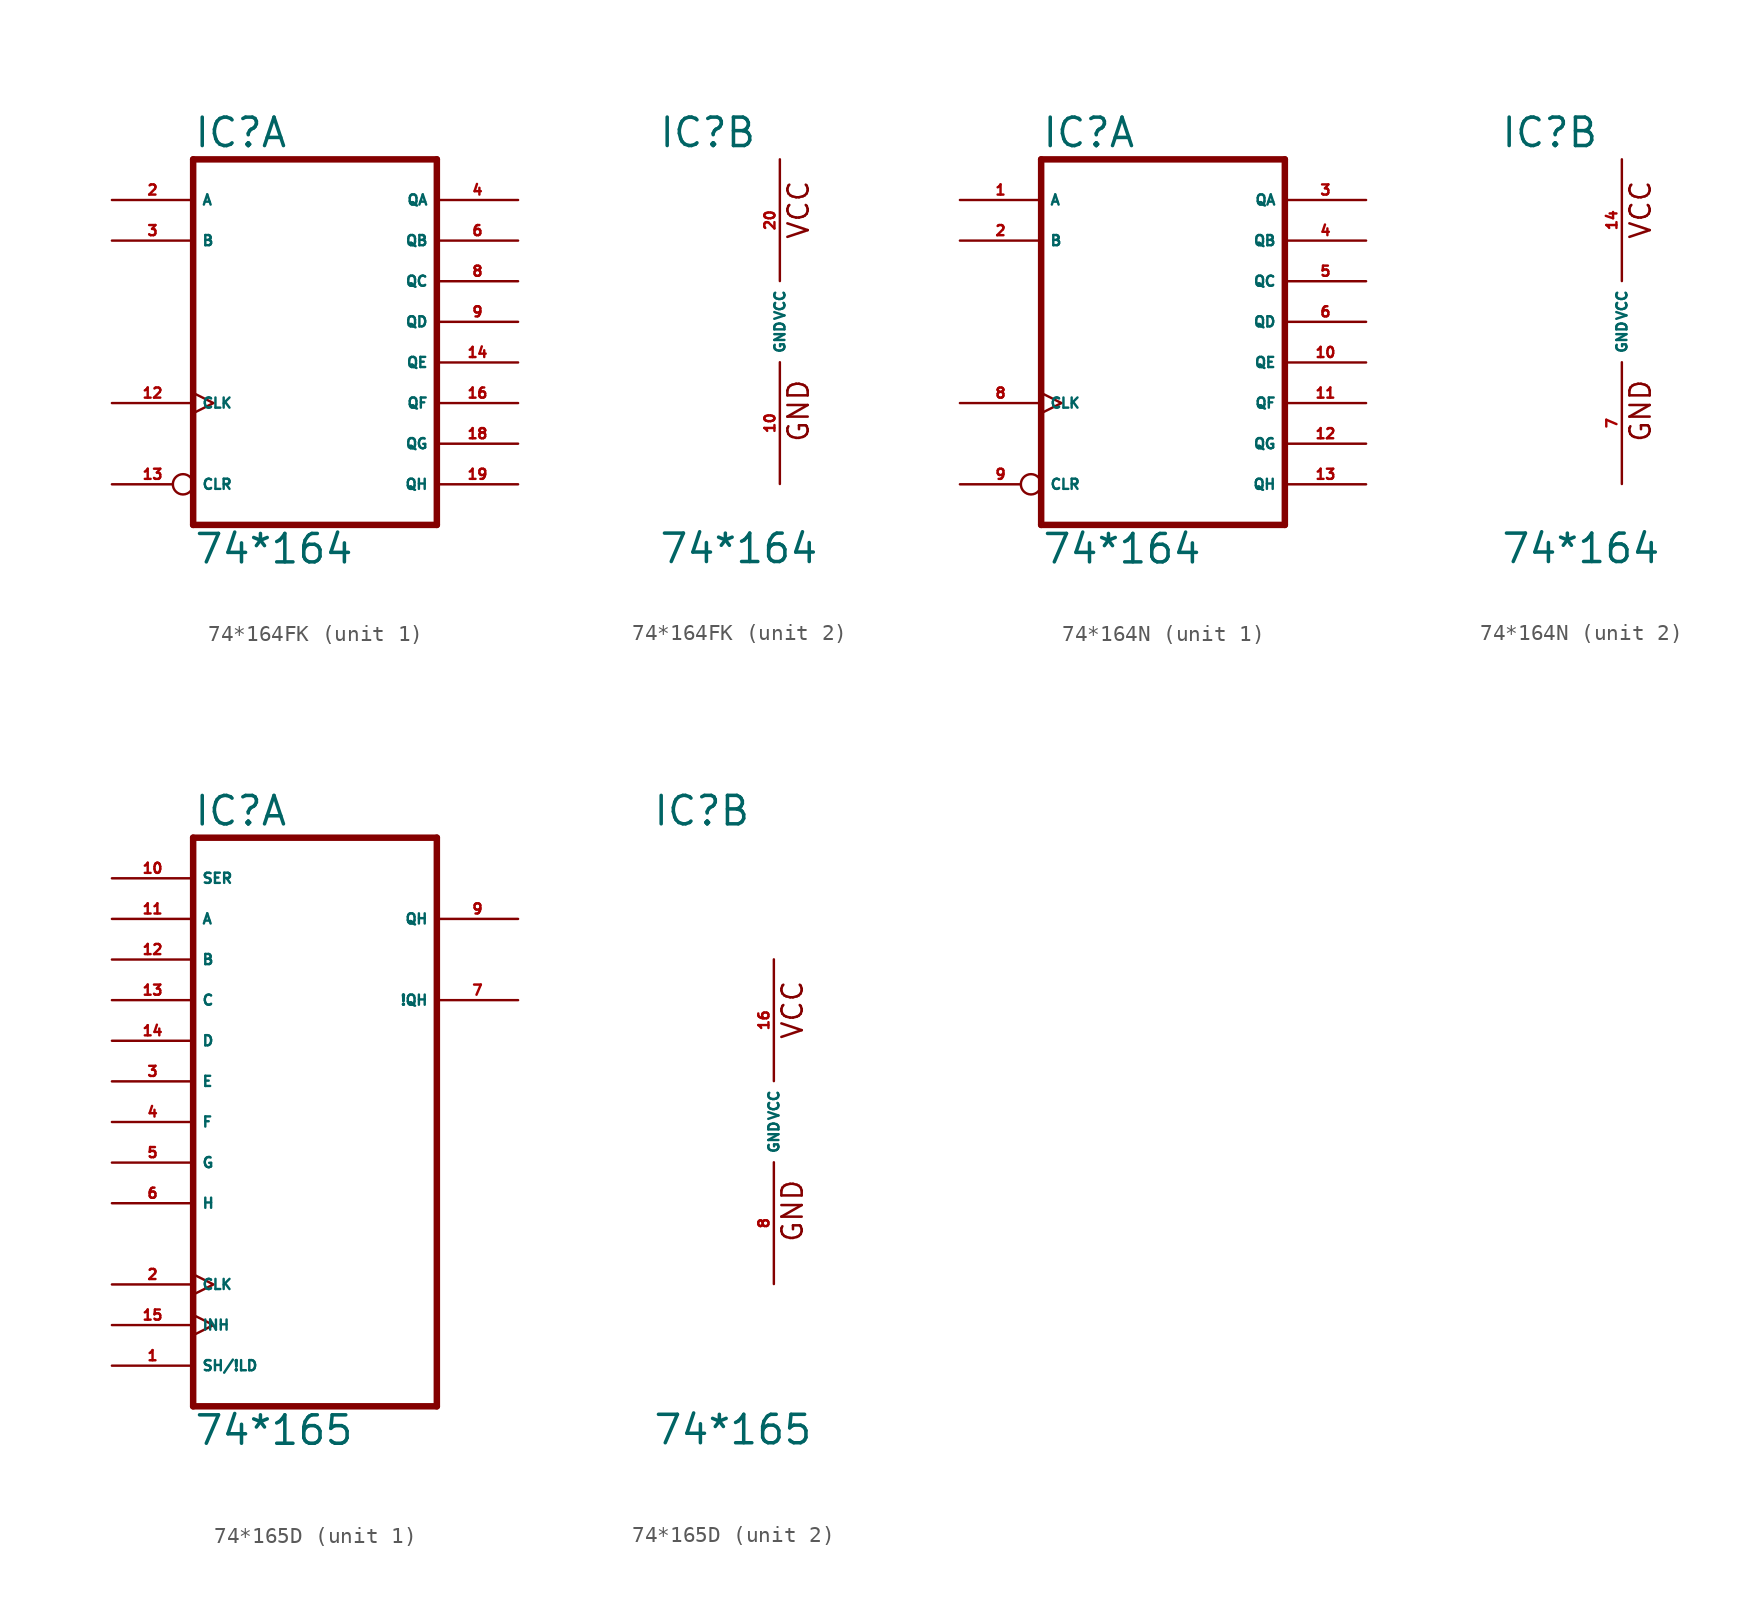
<source format=kicad_sym>
(kicad_symbol_lib
  (version 20220914)
  (generator Eagle2Kicad)
  (symbol "74*164FK"
    (property "Reference" "IC"
      (at -7.62 10.795 0)
      (effects (font (size 1.778 1.778) (thickness 0.22)) (justify left bottom)))
    (property "Value" "74*164"
      (at -7.62 -15.24 0)
      (effects (font (size 1.778 1.778) (thickness 0.22)) (justify left bottom)))
    (symbol "74*164FK_1_0"
      (polyline (pts (xy -7.62 -12.7) (xy 7.62 -12.7)) (stroke (width 0.406) (type default)) (fill (type none)))
      (polyline (pts (xy 7.62 -12.7) (xy 7.62 10.16)) (stroke (width 0.406) (type default)) (fill (type none)))
      (polyline (pts (xy 7.62 10.16) (xy -7.62 10.16)) (stroke (width 0.406) (type default)) (fill (type none)))
      (polyline (pts (xy -7.62 10.16) (xy -7.62 -12.7)) (stroke (width 0.406) (type default)) (fill (type none)))
      (pin input line (at -12.7 7.62 0) (length 5.08) (name "A" (effects (font (size 0.635 0.635) (thickness 0.08)) (justify left bottom))) (number "2" (effects (font (size 0.635 0.635) (thickness 0.08)) (justify left bottom))))
      (pin input line (at -12.7 5.08 0) (length 5.08) (name "B" (effects (font (size 0.635 0.635) (thickness 0.08)) (justify left bottom))) (number "3" (effects (font (size 0.635 0.635) (thickness 0.08)) (justify left bottom))))
      (pin output line (at 12.7 7.62 180) (length 5.08) (name "QA" (effects (font (size 0.635 0.635) (thickness 0.08)) (justify left bottom))) (number "4" (effects (font (size 0.635 0.635) (thickness 0.08)) (justify left bottom))))
      (pin output line (at 12.7 5.08 180) (length 5.08) (name "QB" (effects (font (size 0.635 0.635) (thickness 0.08)) (justify left bottom))) (number "6" (effects (font (size 0.635 0.635) (thickness 0.08)) (justify left bottom))))
      (pin output line (at 12.7 2.54 180) (length 5.08) (name "QC" (effects (font (size 0.635 0.635) (thickness 0.08)) (justify left bottom))) (number "8" (effects (font (size 0.635 0.635) (thickness 0.08)) (justify left bottom))))
      (pin output line (at 12.7 0 180) (length 5.08) (name "QD" (effects (font (size 0.635 0.635) (thickness 0.08)) (justify left bottom))) (number "9" (effects (font (size 0.635 0.635) (thickness 0.08)) (justify left bottom))))
      (pin input clock (at -12.7 -5.08 0) (length 5.08) (name "CLK" (effects (font (size 0.635 0.635) (thickness 0.08)) (justify left bottom))) (number "12" (effects (font (size 0.635 0.635) (thickness 0.08)) (justify left bottom))))
      (pin input inverted (at -12.7 -10.16 0) (length 5.08) (name "CLR" (effects (font (size 0.635 0.635) (thickness 0.08)) (justify left bottom))) (number "13" (effects (font (size 0.635 0.635) (thickness 0.08)) (justify left bottom))))
      (pin output line (at 12.7 -2.54 180) (length 5.08) (name "QE" (effects (font (size 0.635 0.635) (thickness 0.08)) (justify left bottom))) (number "14" (effects (font (size 0.635 0.635) (thickness 0.08)) (justify left bottom))))
      (pin output line (at 12.7 -5.08 180) (length 5.08) (name "QF" (effects (font (size 0.635 0.635) (thickness 0.08)) (justify left bottom))) (number "16" (effects (font (size 0.635 0.635) (thickness 0.08)) (justify left bottom))))
      (pin output line (at 12.7 -7.62 180) (length 5.08) (name "QG" (effects (font (size 0.635 0.635) (thickness 0.08)) (justify left bottom))) (number "18" (effects (font (size 0.635 0.635) (thickness 0.08)) (justify left bottom))))
      (pin output line (at 12.7 -10.16 180) (length 5.08) (name "QH" (effects (font (size 0.635 0.635) (thickness 0.08)) (justify left bottom))) (number "19" (effects (font (size 0.635 0.635) (thickness 0.08)) (justify left bottom)))))
    (symbol "74*164FK_2_0"
      (text "GND" (at 1.905 -7.62 900) (effects (font (size 1.27 1.27) (thickness 0.16)) (justify left bottom)))
      (text "VCC" (at 1.905 5.08 900) (effects (font (size 1.27 1.27) (thickness 0.16)) (justify left bottom)))
      (pin unspecified line (at 0 -10.16 90) (length 7.62) (name "GND" (effects (font (size 0.635 0.635) (thickness 0.08)) (justify left bottom))) (number "10" (effects (font (size 0.635 0.635) (thickness 0.08)) (justify left bottom))))
      (pin unspecified line (at 0 10.16 270) (length 7.62) (name "VCC" (effects (font (size 0.635 0.635) (thickness 0.08)) (justify left bottom))) (number "20" (effects (font (size 0.635 0.635) (thickness 0.08)) (justify left bottom))))))
  (symbol "74*164N"
    (property "Reference" "IC"
      (at -7.62 10.795 0)
      (effects (font (size 1.778 1.778) (thickness 0.22)) (justify left bottom)))
    (property "Value" "74*164"
      (at -7.62 -15.24 0)
      (effects (font (size 1.778 1.778) (thickness 0.22)) (justify left bottom)))
    (symbol "74*164N_1_0"
      (polyline (pts (xy -7.62 -12.7) (xy 7.62 -12.7)) (stroke (width 0.406) (type default)) (fill (type none)))
      (polyline (pts (xy 7.62 -12.7) (xy 7.62 10.16)) (stroke (width 0.406) (type default)) (fill (type none)))
      (polyline (pts (xy 7.62 10.16) (xy -7.62 10.16)) (stroke (width 0.406) (type default)) (fill (type none)))
      (polyline (pts (xy -7.62 10.16) (xy -7.62 -12.7)) (stroke (width 0.406) (type default)) (fill (type none)))
      (pin input line (at -12.7 7.62 0) (length 5.08) (name "A" (effects (font (size 0.635 0.635) (thickness 0.08)) (justify left bottom))) (number "1" (effects (font (size 0.635 0.635) (thickness 0.08)) (justify left bottom))))
      (pin input line (at -12.7 5.08 0) (length 5.08) (name "B" (effects (font (size 0.635 0.635) (thickness 0.08)) (justify left bottom))) (number "2" (effects (font (size 0.635 0.635) (thickness 0.08)) (justify left bottom))))
      (pin output line (at 12.7 7.62 180) (length 5.08) (name "QA" (effects (font (size 0.635 0.635) (thickness 0.08)) (justify left bottom))) (number "3" (effects (font (size 0.635 0.635) (thickness 0.08)) (justify left bottom))))
      (pin output line (at 12.7 5.08 180) (length 5.08) (name "QB" (effects (font (size 0.635 0.635) (thickness 0.08)) (justify left bottom))) (number "4" (effects (font (size 0.635 0.635) (thickness 0.08)) (justify left bottom))))
      (pin output line (at 12.7 2.54 180) (length 5.08) (name "QC" (effects (font (size 0.635 0.635) (thickness 0.08)) (justify left bottom))) (number "5" (effects (font (size 0.635 0.635) (thickness 0.08)) (justify left bottom))))
      (pin output line (at 12.7 0 180) (length 5.08) (name "QD" (effects (font (size 0.635 0.635) (thickness 0.08)) (justify left bottom))) (number "6" (effects (font (size 0.635 0.635) (thickness 0.08)) (justify left bottom))))
      (pin input clock (at -12.7 -5.08 0) (length 5.08) (name "CLK" (effects (font (size 0.635 0.635) (thickness 0.08)) (justify left bottom))) (number "8" (effects (font (size 0.635 0.635) (thickness 0.08)) (justify left bottom))))
      (pin input inverted (at -12.7 -10.16 0) (length 5.08) (name "CLR" (effects (font (size 0.635 0.635) (thickness 0.08)) (justify left bottom))) (number "9" (effects (font (size 0.635 0.635) (thickness 0.08)) (justify left bottom))))
      (pin output line (at 12.7 -2.54 180) (length 5.08) (name "QE" (effects (font (size 0.635 0.635) (thickness 0.08)) (justify left bottom))) (number "10" (effects (font (size 0.635 0.635) (thickness 0.08)) (justify left bottom))))
      (pin output line (at 12.7 -5.08 180) (length 5.08) (name "QF" (effects (font (size 0.635 0.635) (thickness 0.08)) (justify left bottom))) (number "11" (effects (font (size 0.635 0.635) (thickness 0.08)) (justify left bottom))))
      (pin output line (at 12.7 -7.62 180) (length 5.08) (name "QG" (effects (font (size 0.635 0.635) (thickness 0.08)) (justify left bottom))) (number "12" (effects (font (size 0.635 0.635) (thickness 0.08)) (justify left bottom))))
      (pin output line (at 12.7 -10.16 180) (length 5.08) (name "QH" (effects (font (size 0.635 0.635) (thickness 0.08)) (justify left bottom))) (number "13" (effects (font (size 0.635 0.635) (thickness 0.08)) (justify left bottom)))))
    (symbol "74*164N_2_0"
      (text "GND" (at 1.905 -7.62 900) (effects (font (size 1.27 1.27) (thickness 0.16)) (justify left bottom)))
      (text "VCC" (at 1.905 5.08 900) (effects (font (size 1.27 1.27) (thickness 0.16)) (justify left bottom)))
      (pin unspecified line (at 0 -10.16 90) (length 7.62) (name "GND" (effects (font (size 0.635 0.635) (thickness 0.08)) (justify left bottom))) (number "7" (effects (font (size 0.635 0.635) (thickness 0.08)) (justify left bottom))))
      (pin unspecified line (at 0 10.16 270) (length 7.62) (name "VCC" (effects (font (size 0.635 0.635) (thickness 0.08)) (justify left bottom))) (number "14" (effects (font (size 0.635 0.635) (thickness 0.08)) (justify left bottom))))))
  (symbol "74*165D"
    (property "Reference" "IC"
      (at -7.62 18.415 0)
      (effects (font (size 1.778 1.778) (thickness 0.22)) (justify left bottom)))
    (property "Value" "74*165"
      (at -7.62 -20.32 0)
      (effects (font (size 1.778 1.778) (thickness 0.22)) (justify left bottom)))
    (symbol "74*165D_1_0"
      (polyline (pts (xy -7.62 -17.78) (xy 7.62 -17.78)) (stroke (width 0.406) (type default)) (fill (type none)))
      (polyline (pts (xy 7.62 -17.78) (xy 7.62 17.78)) (stroke (width 0.406) (type default)) (fill (type none)))
      (polyline (pts (xy 7.62 17.78) (xy -7.62 17.78)) (stroke (width 0.406) (type default)) (fill (type none)))
      (polyline (pts (xy -7.62 17.78) (xy -7.62 -17.78)) (stroke (width 0.406) (type default)) (fill (type none)))
      (pin input line (at -12.7 -15.24 0) (length 5.08) (name "SH/!LD" (effects (font (size 0.635 0.635) (thickness 0.08)) (justify left bottom))) (number "1" (effects (font (size 0.635 0.635) (thickness 0.08)) (justify left bottom))))
      (pin input clock (at -12.7 -10.16 0) (length 5.08) (name "CLK" (effects (font (size 0.635 0.635) (thickness 0.08)) (justify left bottom))) (number "2" (effects (font (size 0.635 0.635) (thickness 0.08)) (justify left bottom))))
      (pin input line (at -12.7 2.54 0) (length 5.08) (name "E" (effects (font (size 0.635 0.635) (thickness 0.08)) (justify left bottom))) (number "3" (effects (font (size 0.635 0.635) (thickness 0.08)) (justify left bottom))))
      (pin input line (at -12.7 0 0) (length 5.08) (name "F" (effects (font (size 0.635 0.635) (thickness 0.08)) (justify left bottom))) (number "4" (effects (font (size 0.635 0.635) (thickness 0.08)) (justify left bottom))))
      (pin input line (at -12.7 -2.54 0) (length 5.08) (name "G" (effects (font (size 0.635 0.635) (thickness 0.08)) (justify left bottom))) (number "5" (effects (font (size 0.635 0.635) (thickness 0.08)) (justify left bottom))))
      (pin input line (at -12.7 -5.08 0) (length 5.08) (name "H" (effects (font (size 0.635 0.635) (thickness 0.08)) (justify left bottom))) (number "6" (effects (font (size 0.635 0.635) (thickness 0.08)) (justify left bottom))))
      (pin output line (at 12.7 7.62 180) (length 5.08) (name "!QH" (effects (font (size 0.635 0.635) (thickness 0.08)) (justify left bottom))) (number "7" (effects (font (size 0.635 0.635) (thickness 0.08)) (justify left bottom))))
      (pin output line (at 12.7 12.7 180) (length 5.08) (name "QH" (effects (font (size 0.635 0.635) (thickness 0.08)) (justify left bottom))) (number "9" (effects (font (size 0.635 0.635) (thickness 0.08)) (justify left bottom))))
      (pin input line (at -12.7 15.24 0) (length 5.08) (name "SER" (effects (font (size 0.635 0.635) (thickness 0.08)) (justify left bottom))) (number "10" (effects (font (size 0.635 0.635) (thickness 0.08)) (justify left bottom))))
      (pin input line (at -12.7 12.7 0) (length 5.08) (name "A" (effects (font (size 0.635 0.635) (thickness 0.08)) (justify left bottom))) (number "11" (effects (font (size 0.635 0.635) (thickness 0.08)) (justify left bottom))))
      (pin input line (at -12.7 10.16 0) (length 5.08) (name "B" (effects (font (size 0.635 0.635) (thickness 0.08)) (justify left bottom))) (number "12" (effects (font (size 0.635 0.635) (thickness 0.08)) (justify left bottom))))
      (pin input line (at -12.7 7.62 0) (length 5.08) (name "C" (effects (font (size 0.635 0.635) (thickness 0.08)) (justify left bottom))) (number "13" (effects (font (size 0.635 0.635) (thickness 0.08)) (justify left bottom))))
      (pin input line (at -12.7 5.08 0) (length 5.08) (name "D" (effects (font (size 0.635 0.635) (thickness 0.08)) (justify left bottom))) (number "14" (effects (font (size 0.635 0.635) (thickness 0.08)) (justify left bottom))))
      (pin input clock (at -12.7 -12.7 0) (length 5.08) (name "INH" (effects (font (size 0.635 0.635) (thickness 0.08)) (justify left bottom))) (number "15" (effects (font (size 0.635 0.635) (thickness 0.08)) (justify left bottom)))))
    (symbol "74*165D_2_0"
      (text "GND" (at 1.905 -7.62 900) (effects (font (size 1.27 1.27) (thickness 0.16)) (justify left bottom)))
      (text "VCC" (at 1.905 5.08 900) (effects (font (size 1.27 1.27) (thickness 0.16)) (justify left bottom)))
      (pin unspecified line (at 0 -10.16 90) (length 7.62) (name "GND" (effects (font (size 0.635 0.635) (thickness 0.08)) (justify left bottom))) (number "8" (effects (font (size 0.635 0.635) (thickness 0.08)) (justify left bottom))))
      (pin unspecified line (at 0 10.16 270) (length 7.62) (name "VCC" (effects (font (size 0.635 0.635) (thickness 0.08)) (justify left bottom))) (number "16" (effects (font (size 0.635 0.635) (thickness 0.08)) (justify left bottom)))))))
</source>
